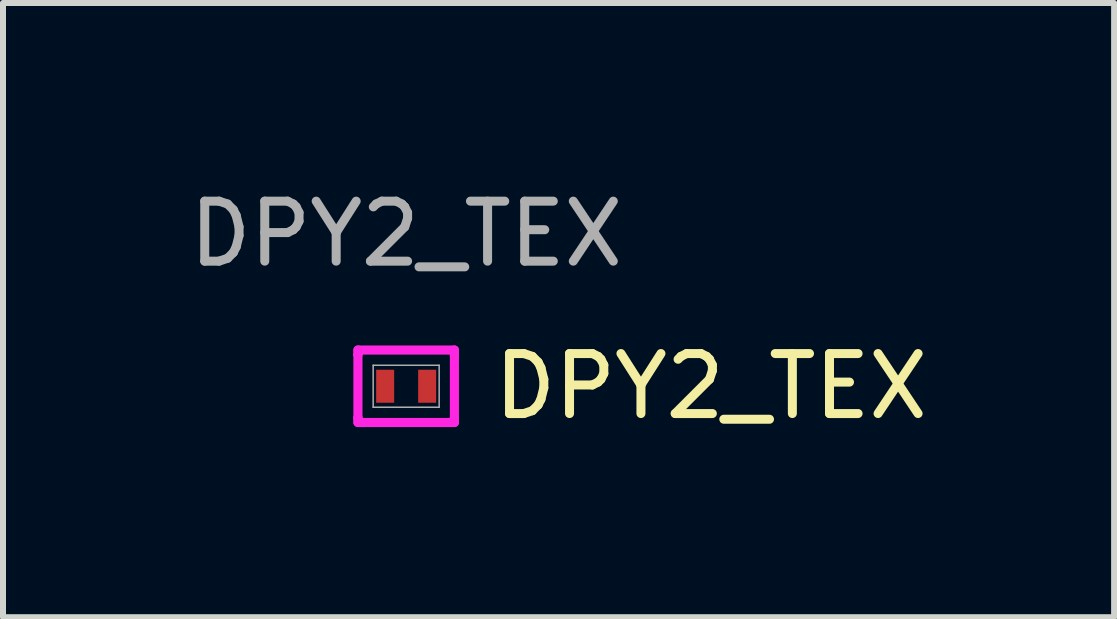
<source format=kicad_pcb>
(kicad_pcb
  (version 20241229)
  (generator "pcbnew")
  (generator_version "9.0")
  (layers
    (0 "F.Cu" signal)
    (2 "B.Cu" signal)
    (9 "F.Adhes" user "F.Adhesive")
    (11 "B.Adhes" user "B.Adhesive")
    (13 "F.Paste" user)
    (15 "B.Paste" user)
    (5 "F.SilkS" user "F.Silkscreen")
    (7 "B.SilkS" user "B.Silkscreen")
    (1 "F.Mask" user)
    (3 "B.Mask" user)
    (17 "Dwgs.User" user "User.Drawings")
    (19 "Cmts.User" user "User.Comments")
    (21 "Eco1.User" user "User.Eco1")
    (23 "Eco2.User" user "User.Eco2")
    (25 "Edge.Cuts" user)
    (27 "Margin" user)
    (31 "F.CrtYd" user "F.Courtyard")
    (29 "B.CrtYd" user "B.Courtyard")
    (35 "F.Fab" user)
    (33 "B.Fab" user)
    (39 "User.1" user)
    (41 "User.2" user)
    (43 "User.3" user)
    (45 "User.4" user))
  (footprint "DPY2_TEX"
    (layer "F.Cu")
    (at 3.72 3.388)
    (property "Reference" "DPY2_TEX" (at 5.08 0 0) (unlocked yes) (layer "F.SilkS") (effects (font (size 1 1) (thickness 0.15))))
    (attr smd)
    (fp_line (start -0.804 -0.604) (end 0.804 -0.604) (stroke (width 0.152) (type solid)) (layer "F.CrtYd"))
    (fp_line (start -0.804 -0.529) (end -0.804 -0.604) (stroke (width 0.152) (type solid)) (layer "F.CrtYd"))
    (fp_line (start -0.804 -0.529) (end -0.804 -0.529) (stroke (width 0.152) (type solid)) (layer "F.CrtYd"))
    (fp_line (start -0.804 0.529) (end -0.804 -0.529) (stroke (width 0.152) (type solid)) (layer "F.CrtYd"))
    (fp_line (start -0.804 0.529) (end -0.804 0.529) (stroke (width 0.152) (type solid)) (layer "F.CrtYd"))
    (fp_line (start -0.804 0.604) (end -0.804 0.529) (stroke (width 0.152) (type solid)) (layer "F.CrtYd"))
    (fp_line (start 0.804 -0.604) (end 0.804 -0.529) (stroke (width 0.152) (type solid)) (layer "F.CrtYd"))
    (fp_line (start 0.804 -0.529) (end 0.804 -0.529) (stroke (width 0.152) (type solid)) (layer "F.CrtYd"))
    (fp_line (start 0.804 -0.529) (end 0.804 0.529) (stroke (width 0.152) (type solid)) (layer "F.CrtYd"))
    (fp_line (start 0.804 0.529) (end 0.804 0.529) (stroke (width 0.152) (type solid)) (layer "F.CrtYd"))
    (fp_line (start 0.804 0.529) (end 0.804 0.604) (stroke (width 0.152) (type solid)) (layer "F.CrtYd"))
    (fp_line (start 0.804 0.604) (end -0.804 0.604) (stroke (width 0.152) (type solid)) (layer "F.CrtYd"))
    (fp_line (start -0.55 -0.35) (end -0.55 0.35) (stroke (width 0.025) (type solid)) (layer "F.Fab"))
    (fp_line (start -0.55 0.35) (end 0.55 0.35) (stroke (width 0.025) (type solid)) (layer "F.Fab"))
    (fp_line (start 0.55 -0.35) (end -0.55 -0.35) (stroke (width 0.025) (type solid)) (layer "F.Fab"))
    (fp_line (start 0.55 0.35) (end 0.55 -0.35) (stroke (width 0.025) (type solid)) (layer "F.Fab"))
    (fp_text user "${REFERENCE}" (at 0 -2.54 0) (unlocked yes) (layer "F.Fab") (effects (font (size 1 1) (thickness 0.15))))
    (pad "1" smd rect (at -0.35 0) (size 0.3 0.55) (layers "F.Cu" "F.Mask" "F.Paste"))
    (pad "2" smd rect (at 0.35 0) (size 0.3 0.55) (layers "F.Cu" "F.Mask" "F.Paste"))
    (zone (net_name "") (layer "F.Cu") (hatch full 0.508) (connect_pads) (min_thickness 0.254) (filled_areas_thickness no) (keepout (tracks not_allowed) (vias not_allowed) (pads allowed) (copperpour not_allowed) (footprints allowed)) (placement (enabled no)) (fill) (polygon (pts (xy 3.221 3.089) (xy 4.219 3.089) (xy 4.219 3.062) (xy 3.221 3.062))))
    (zone (net_name "") (layer "F.Cu") (hatch full 0.508) (connect_pads) (min_thickness 0.254) (filled_areas_thickness no) (keepout (tracks not_allowed) (vias not_allowed) (pads allowed) (copperpour not_allowed) (footprints allowed)) (placement (enabled no)) (fill) (polygon (pts (xy 3.221 3.714) (xy 4.219 3.714) (xy 4.219 3.687) (xy 3.221 3.687))))
    (zone (net_name "") (layer "F.Cu") (hatch full 0.508) (connect_pads) (min_thickness 0.254) (filled_areas_thickness no) (keepout (tracks not_allowed) (vias not_allowed) (pads allowed) (copperpour not_allowed) (footprints allowed)) (placement (enabled no)) (fill) (polygon (pts (xy 3.267 3.062) (xy 4.173 3.062) (xy 4.173 3.714) (xy 3.267 3.714)))))
  (gr_rect
    (start -3 -3)
    (end 15.52 7.237)
    (stroke (width 0.1) (type default))
    (fill no)
    (layer "Edge.Cuts")))
</source>
